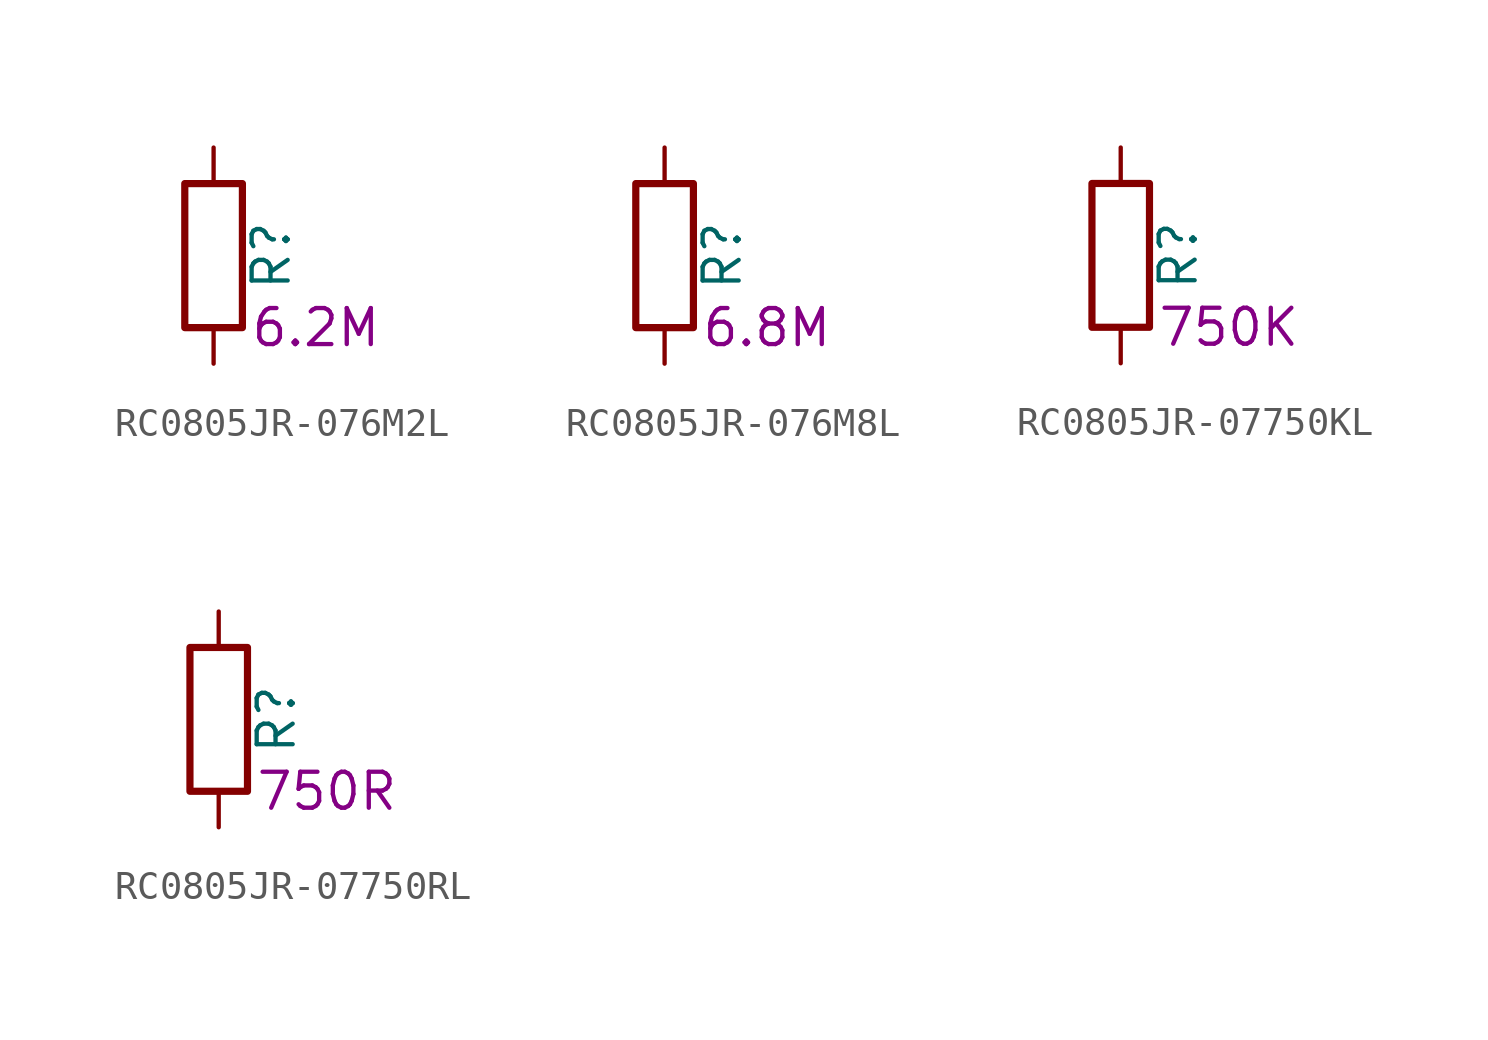
<source format=kicad_sym>
(kicad_symbol_lib
  (version 20220914)
  (generator kicad_symbol_editor)
  (symbol "RC0805JR-076M2L"
    (pin_numbers hide)
    (pin_names
      (offset 0))
    (property "Reference" "R"
      (at 2.032 0 90)
      (effects (font (size 1.27 1.27))))
    (property "Resistance" "6.2M"
      (at 1.27 -2.54 0)
      (effects (font (size 1.27 1.27)) (justify left)))
    (symbol "RC0805JR-076M2L_0_1"
      (rectangle (start -1.016 -2.54) (end 1.016 2.54) (stroke (width 0.254) (type default)) (fill (type none))))
    (symbol "RC0805JR-076M2L_1_1"
      (pin passive line (at 0 3.81 270) (length 1.27) (name "~" (effects (font (size 1.27 1.27)))) (number "1" (effects (font (size 1.27 1.27)))))
      (pin passive line (at 0 -3.81 90) (length 1.27) (name "~" (effects (font (size 1.27 1.27)))) (number "2" (effects (font (size 1.27 1.27)))))))
  (symbol "RC0805JR-076M8L"
    (pin_numbers hide)
    (pin_names
      (offset 0))
    (property "Reference" "R"
      (at 2.032 0 90)
      (effects (font (size 1.27 1.27))))
    (property "Resistance" "6.8M"
      (at 1.27 -2.54 0)
      (effects (font (size 1.27 1.27)) (justify left)))
    (symbol "RC0805JR-076M8L_0_1"
      (rectangle (start -1.016 -2.54) (end 1.016 2.54) (stroke (width 0.254) (type default)) (fill (type none))))
    (symbol "RC0805JR-076M8L_1_1"
      (pin passive line (at 0 3.81 270) (length 1.27) (name "~" (effects (font (size 1.27 1.27)))) (number "1" (effects (font (size 1.27 1.27)))))
      (pin passive line (at 0 -3.81 90) (length 1.27) (name "~" (effects (font (size 1.27 1.27)))) (number "2" (effects (font (size 1.27 1.27)))))))
  (symbol "RC0805JR-07750KL"
    (pin_numbers hide)
    (pin_names
      (offset 0))
    (property "Reference" "R"
      (at 2.032 0 90)
      (effects (font (size 1.27 1.27))))
    (property "Resistance" "750K"
      (at 1.27 -2.54 0)
      (effects (font (size 1.27 1.27)) (justify left)))
    (symbol "RC0805JR-07750KL_0_1"
      (rectangle (start -1.016 -2.54) (end 1.016 2.54) (stroke (width 0.254) (type default)) (fill (type none))))
    (symbol "RC0805JR-07750KL_1_1"
      (pin passive line (at 0 3.81 270) (length 1.27) (name "~" (effects (font (size 1.27 1.27)))) (number "1" (effects (font (size 1.27 1.27)))))
      (pin passive line (at 0 -3.81 90) (length 1.27) (name "~" (effects (font (size 1.27 1.27)))) (number "2" (effects (font (size 1.27 1.27)))))))
  (symbol "RC0805JR-07750RL"
    (pin_numbers hide)
    (pin_names
      (offset 0))
    (property "Reference" "R"
      (at 2.032 0 90)
      (effects (font (size 1.27 1.27))))
    (property "Resistance" "750R"
      (at 1.27 -2.54 0)
      (effects (font (size 1.27 1.27)) (justify left)))
    (symbol "RC0805JR-07750RL_0_1"
      (rectangle (start -1.016 -2.54) (end 1.016 2.54) (stroke (width 0.254) (type default)) (fill (type none))))
    (symbol "RC0805JR-07750RL_1_1"
      (pin passive line (at 0 3.81 270) (length 1.27) (name "~" (effects (font (size 1.27 1.27)))) (number "1" (effects (font (size 1.27 1.27)))))
      (pin passive line (at 0 -3.81 90) (length 1.27) (name "~" (effects (font (size 1.27 1.27)))) (number "2" (effects (font (size 1.27 1.27))))))))
</source>
